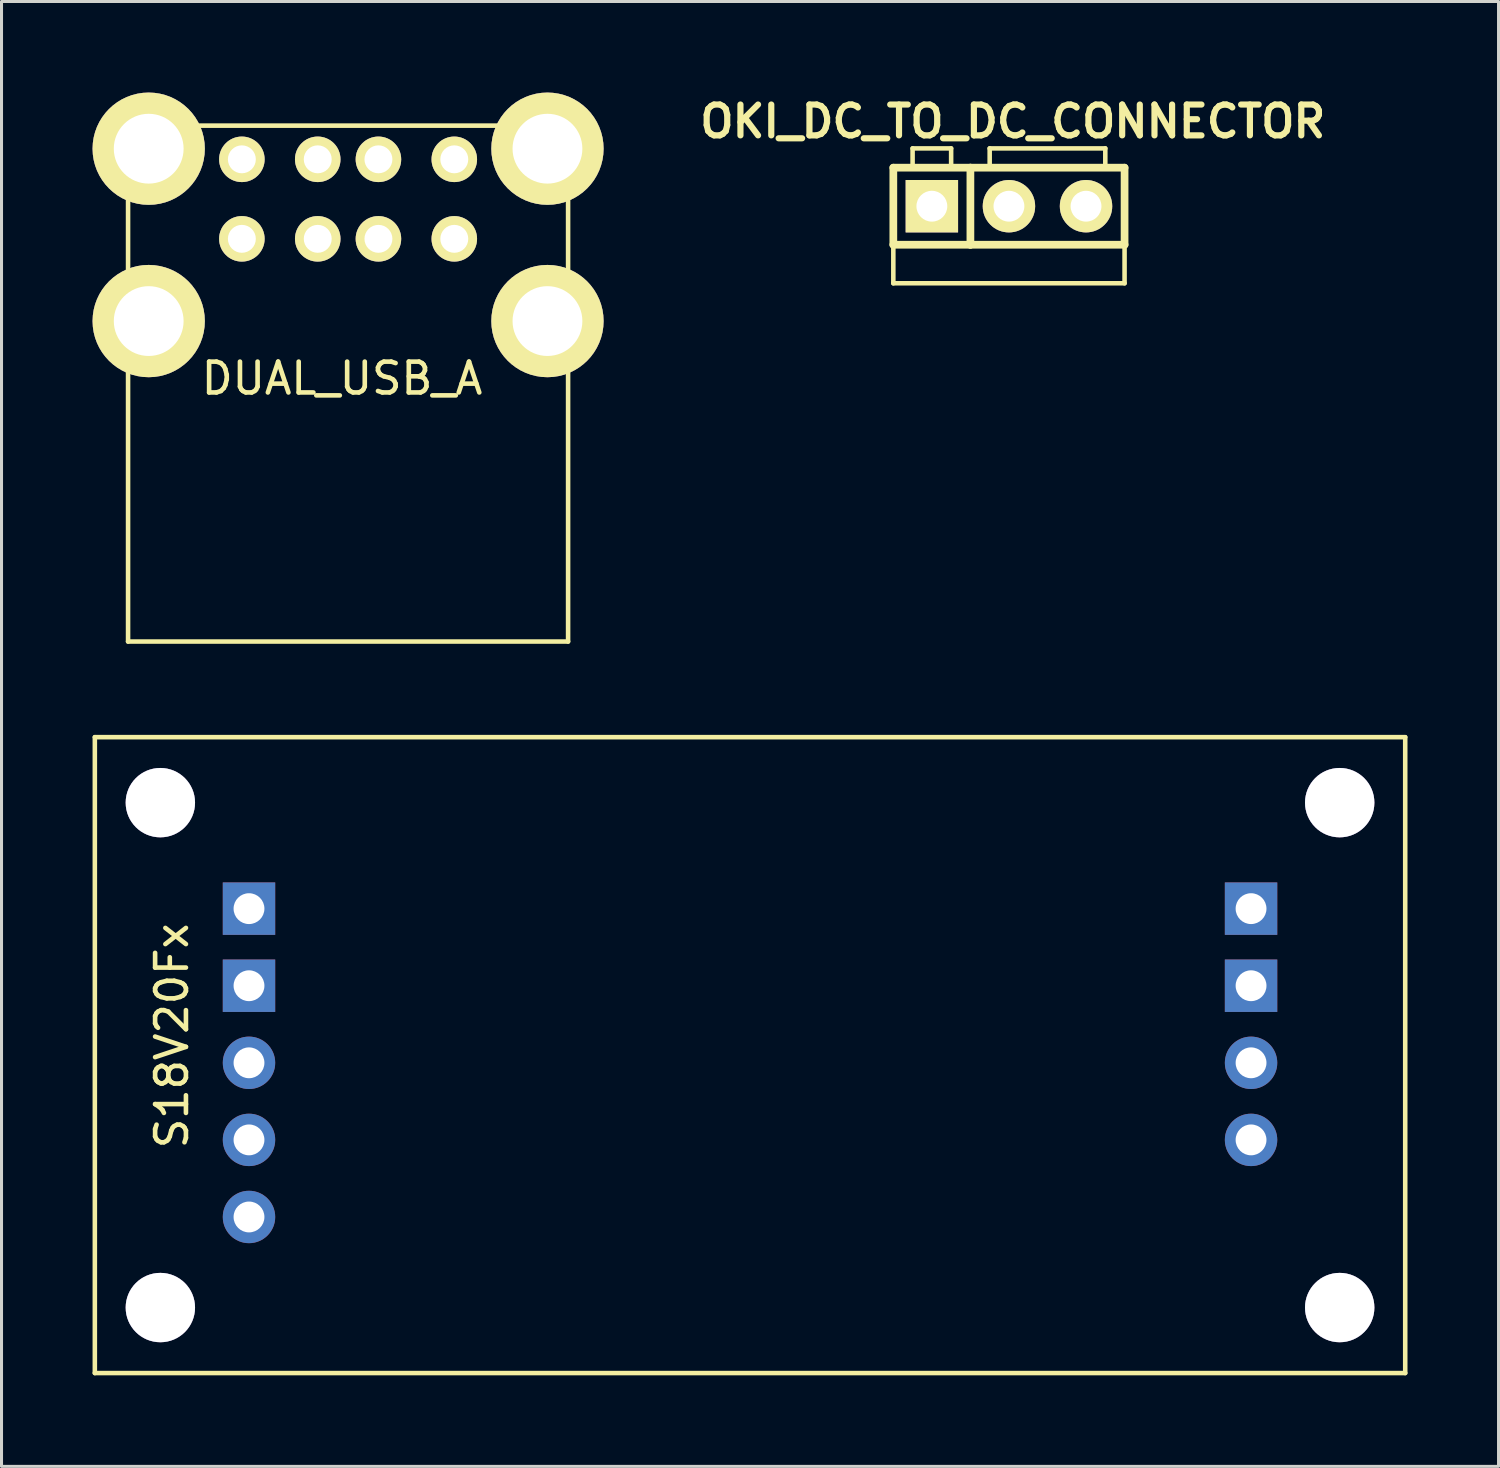
<source format=kicad_pcb>
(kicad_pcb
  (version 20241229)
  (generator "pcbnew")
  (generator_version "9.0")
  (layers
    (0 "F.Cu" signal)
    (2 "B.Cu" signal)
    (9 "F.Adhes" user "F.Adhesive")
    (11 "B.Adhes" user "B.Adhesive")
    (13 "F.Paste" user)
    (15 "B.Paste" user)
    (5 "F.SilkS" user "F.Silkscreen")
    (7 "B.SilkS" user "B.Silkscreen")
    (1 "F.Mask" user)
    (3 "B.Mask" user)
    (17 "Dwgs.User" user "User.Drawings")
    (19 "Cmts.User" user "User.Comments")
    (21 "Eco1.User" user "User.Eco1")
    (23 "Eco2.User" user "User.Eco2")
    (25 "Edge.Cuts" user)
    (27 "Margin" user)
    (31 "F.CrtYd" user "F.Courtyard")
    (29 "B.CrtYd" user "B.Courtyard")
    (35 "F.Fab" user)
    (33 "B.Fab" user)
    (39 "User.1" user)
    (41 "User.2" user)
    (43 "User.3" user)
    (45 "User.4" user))
  (footprint "OKI_DC_TO_DC_CONNECTOR"
    (layer "F.Cu")
    (at 30.197 3.745)
    (property "Reference" "OKI_DC_TO_DC_CONNECTOR" (at 0.127 -2.794 0) (layer "F.SilkS") (effects (font (size 1.016 1.016) (thickness 0.203))))
    (attr through_hole)
    (fp_line (start -3.81 -1.27) (end -3.81 1.27) (stroke (width 0.254) (type solid)) (layer "F.SilkS"))
    (fp_line (start -3.81 -1.27) (end -1.27 -1.27) (stroke (width 0.254) (type solid)) (layer "F.SilkS"))
    (fp_line (start -3.81 1.27) (end -3.81 2.54) (stroke (width 0.15) (type solid)) (layer "F.SilkS"))
    (fp_line (start -3.81 1.27) (end -1.27 1.27) (stroke (width 0.254) (type solid)) (layer "F.SilkS"))
    (fp_line (start -3.81 2.54) (end 3.81 2.54) (stroke (width 0.15) (type solid)) (layer "F.SilkS"))
    (fp_line (start -3.175 -1.905) (end -1.905 -1.905) (stroke (width 0.15) (type solid)) (layer "F.SilkS"))
    (fp_line (start -3.175 -1.27) (end -3.175 -1.905) (stroke (width 0.15) (type solid)) (layer "F.SilkS"))
    (fp_line (start -1.905 -1.905) (end -1.905 -1.27) (stroke (width 0.15) (type solid)) (layer "F.SilkS"))
    (fp_line (start -1.27 -1.27) (end -1.27 1.27) (stroke (width 0.254) (type solid)) (layer "F.SilkS"))
    (fp_line (start -1.27 1.27) (end 3.81 1.27) (stroke (width 0.254) (type solid)) (layer "F.SilkS"))
    (fp_line (start -0.635 -1.905) (end 3.175 -1.905) (stroke (width 0.15) (type solid)) (layer "F.SilkS"))
    (fp_line (start -0.635 -1.27) (end -0.635 -1.905) (stroke (width 0.15) (type solid)) (layer "F.SilkS"))
    (fp_line (start 3.175 -1.905) (end 3.175 -1.27) (stroke (width 0.15) (type solid)) (layer "F.SilkS"))
    (fp_line (start 3.81 -1.27) (end -1.27 -1.27) (stroke (width 0.254) (type solid)) (layer "F.SilkS"))
    (fp_line (start 3.81 1.27) (end 3.81 -1.27) (stroke (width 0.254) (type solid)) (layer "F.SilkS"))
    (fp_line (start 3.81 2.54) (end 3.81 1.27) (stroke (width 0.15) (type solid)) (layer "F.SilkS"))
    (pad "1" thru_hole rect (at -2.54 0) (size 1.727 1.727) (drill 1.016) (layers "*.Cu" "*.Mask" "F.SilkS"))
    (pad "2" thru_hole circle (at 0 0) (size 1.727 1.727) (drill 1.016) (layers "*.Cu" "*.Mask" "F.SilkS"))
    (pad "3" thru_hole circle (at 2.54 0) (size 1.727 1.727) (drill 1.016) (layers "*.Cu" "*.Mask" "F.SilkS")))
  (footprint "S18V20Fx"
    (layer "F.Cu")
    (at 21.665 31.718)
    (property "Reference" "S18V20Fx" (at -19.05 -0.635 90) (layer "F.SilkS") (effects (font (size 1.016 1.016) (thickness 0.152))))
    (attr through_hole)
    (fp_line (start -21.59 -10.477) (end 21.59 -10.477) (stroke (width 0.15) (type solid)) (layer "F.SilkS"))
    (fp_line (start -21.59 10.477) (end -21.59 -10.477) (stroke (width 0.15) (type solid)) (layer "F.SilkS"))
    (fp_line (start 21.59 -10.477) (end 21.59 10.477) (stroke (width 0.15) (type solid)) (layer "F.SilkS"))
    (fp_line (start 21.59 10.477) (end -21.59 10.477) (stroke (width 0.15) (type solid)) (layer "F.SilkS"))
    (pad "1" thru_hole rect (at -16.51 -4.826) (size 1.727 1.727) (drill 1.016) (layers "*.Cu" "*.Mask"))
    (pad "2" thru_hole rect (at -16.51 -2.286) (size 1.727 1.727) (drill 1.016) (layers "*.Cu" "*.Mask"))
    (pad "3" thru_hole circle (at -16.51 0.254) (size 1.727 1.727) (drill 1.016) (layers "*.Cu" "*.Mask"))
    (pad "4" thru_hole circle (at -16.51 2.794) (size 1.727 1.727) (drill 1.016) (layers "*.Cu" "*.Mask"))
    (pad "5" thru_hole circle (at -16.51 5.334) (size 1.727 1.727) (drill 1.016) (layers "*.Cu" "*.Mask"))
    (pad "6" thru_hole rect (at 16.51 -4.826) (size 1.727 1.727) (drill 1.016) (layers "*.Cu" "*.Mask"))
    (pad "7" thru_hole rect (at 16.51 -2.286) (size 1.727 1.727) (drill 1.016) (layers "*.Cu" "*.Mask"))
    (pad "8" thru_hole circle (at 16.51 0.254) (size 1.727 1.727) (drill 1.016) (layers "*.Cu" "*.Mask"))
    (pad "9" thru_hole circle (at 16.51 2.794) (size 1.727 1.727) (drill 1.016) (layers "*.Cu" "*.Mask"))
    (pad "10" thru_hole circle (at -19.431 -8.319) (size 2.286 2.286) (drill 2.286) (layers "*.Cu"))
    (pad "11" thru_hole circle (at 19.431 -8.319) (size 2.286 2.286) (drill 2.286) (layers "*.Cu"))
    (pad "12" thru_hole circle (at -19.431 8.319) (size 2.286 2.286) (drill 2.286) (layers "*.Cu"))
    (pad "13" thru_hole circle (at 19.431 8.319) (size 2.286 2.286) (drill 2.286) (layers "*.Cu")))
  (footprint "DUAL_USB_A"
    (layer "F.Cu")
    (at 8.42 4.82)
    (property "Reference" "DUAL_USB_A" (at -0.2 4.6 0) (layer "F.SilkS") (effects (font (size 1.016 1.016) (thickness 0.152))))
    (attr through_hole)
    (fp_line (start -7.25 -3.73) (end -7.25 13.27) (stroke (width 0.15) (type solid)) (layer "F.SilkS"))
    (fp_line (start -7.25 13.27) (end 7.25 13.27) (stroke (width 0.15) (type solid)) (layer "F.SilkS"))
    (fp_line (start 7.25 13.27) (end 7.25 -3.73) (stroke (width 0.15) (type solid)) (layer "F.SilkS"))
    (fp_line (start 7.5 -3.73) (end -7.5 -3.73) (stroke (width 0.15) (type solid)) (layer "F.SilkS"))
    (pad "1" thru_hole circle (at -3.5 -2.62) (size 1.5 1.5) (drill 0.92) (layers "*.Cu" "*.Mask" "F.SilkS"))
    (pad "2" thru_hole circle (at -1 -2.62) (size 1.5 1.5) (drill 0.92) (layers "*.Cu" "*.Mask" "F.SilkS"))
    (pad "3" thru_hole circle (at 1 -2.62) (size 1.5 1.5) (drill 0.92) (layers "*.Cu" "*.Mask" "F.SilkS"))
    (pad "4" thru_hole circle (at 3.5 -2.62) (size 1.5 1.5) (drill 0.92) (layers "*.Cu" "*.Mask" "F.SilkS"))
    (pad "5" thru_hole circle (at -3.5 0) (size 1.5 1.5) (drill 0.92) (layers "*.Cu" "*.Mask" "F.SilkS"))
    (pad "6" thru_hole circle (at -1 0) (size 1.5 1.5) (drill 0.92) (layers "*.Cu" "*.Mask" "F.SilkS"))
    (pad "7" thru_hole circle (at 1 0) (size 1.5 1.5) (drill 0.92) (layers "*.Cu" "*.Mask" "F.SilkS"))
    (pad "8" thru_hole circle (at 3.5 0) (size 1.5 1.5) (drill 0.92) (layers "*.Cu" "*.Mask" "F.SilkS"))
    (pad "9" thru_hole circle (at -6.57 2.71) (size 3.7 3.7) (drill 2.3) (layers "*.Cu" "*.Mask" "F.SilkS"))
    (pad "10" thru_hole circle (at 6.57 2.71) (size 3.7 3.7) (drill 2.3) (layers "*.Cu" "*.Mask" "F.SilkS"))
    (pad "11" thru_hole circle (at -6.57 -2.97) (size 3.7 3.7) (drill 2.3) (layers "*.Cu" "*.Mask" "F.SilkS"))
    (pad "12" thru_hole circle (at 6.57 -2.97) (size 3.7 3.7) (drill 2.3) (layers "*.Cu" "*.Mask" "F.SilkS")))
  (gr_rect
    (start -3 -3)
    (end 46.33 45.27)
    (stroke (width 0.1) (type default))
    (fill no)
    (layer "Edge.Cuts")))
</source>
